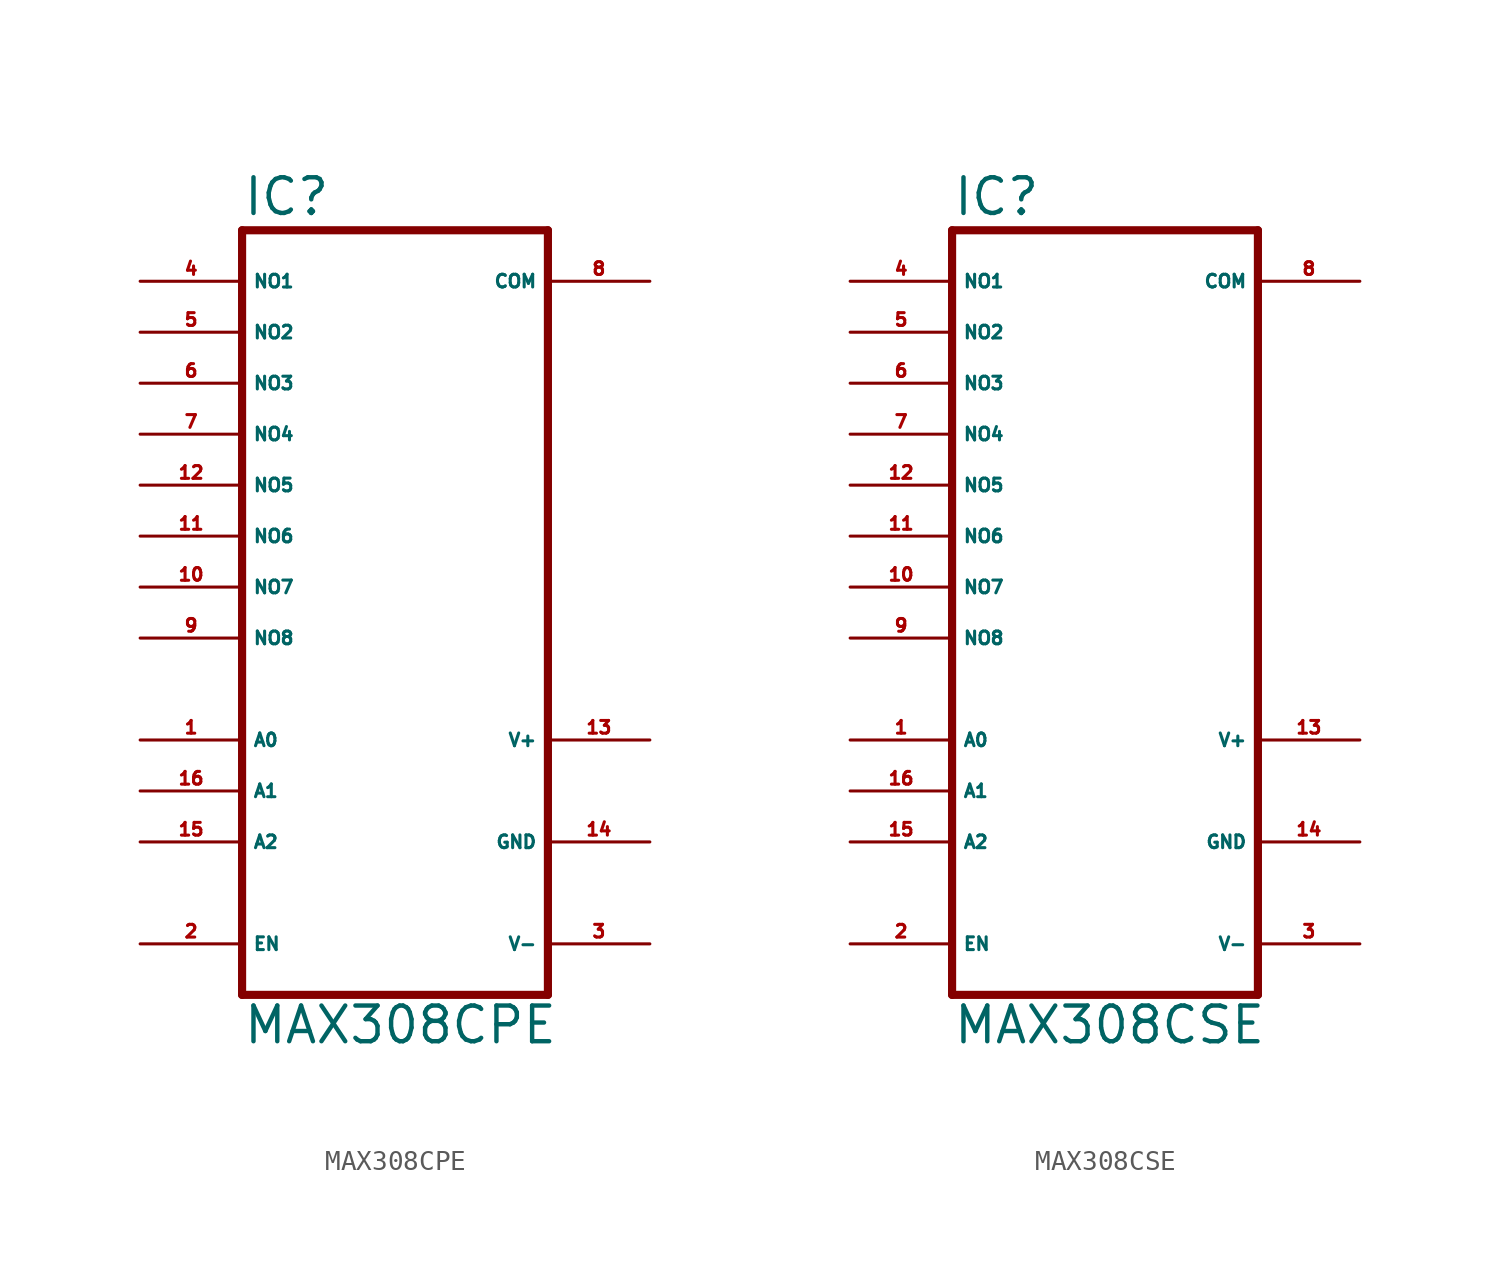
<source format=kicad_sym>
(kicad_symbol_lib
  (version 20220914)
  (generator Eagle2Kicad)
  (symbol "MAX308CPE"
    (property "Reference" "IC"
      (at -7.62 18.415 0)
      (effects (font (size 1.778 1.778) (thickness 0.22)) (justify left bottom)))
    (property "Value" "MAX308CPE"
      (at -7.62 -22.86 0)
      (effects (font (size 1.778 1.778) (thickness 0.22)) (justify left bottom)))
    (polyline
      (pts (xy -7.62 -20.32) (xy 7.62 -20.32))
      (stroke (width 0.406) (type default))
      (fill (type none)))
    (polyline
      (pts (xy 7.62 -20.32) (xy 7.62 17.78))
      (stroke (width 0.406) (type default))
      (fill (type none)))
    (polyline
      (pts (xy 7.62 17.78) (xy -7.62 17.78))
      (stroke (width 0.406) (type default))
      (fill (type none)))
    (polyline
      (pts (xy -7.62 17.78) (xy -7.62 -20.32))
      (stroke (width 0.406) (type default))
      (fill (type none)))
    (pin passive line
      (at -12.7 15.24 0)
      (length 5.08)
      (name "NO1" (effects (font (size 0.635 0.635) (thickness 0.08)) (justify left bottom)))
      (number "4" (effects (font (size 0.635 0.635) (thickness 0.08)) (justify left bottom))))
    (pin passive line
      (at -12.7 12.7 0)
      (length 5.08)
      (name "NO2" (effects (font (size 0.635 0.635) (thickness 0.08)) (justify left bottom)))
      (number "5" (effects (font (size 0.635 0.635) (thickness 0.08)) (justify left bottom))))
    (pin passive line
      (at -12.7 10.16 0)
      (length 5.08)
      (name "NO3" (effects (font (size 0.635 0.635) (thickness 0.08)) (justify left bottom)))
      (number "6" (effects (font (size 0.635 0.635) (thickness 0.08)) (justify left bottom))))
    (pin passive line
      (at -12.7 7.62 0)
      (length 5.08)
      (name "NO4" (effects (font (size 0.635 0.635) (thickness 0.08)) (justify left bottom)))
      (number "7" (effects (font (size 0.635 0.635) (thickness 0.08)) (justify left bottom))))
    (pin passive line
      (at -12.7 2.54 0)
      (length 5.08)
      (name "NO6" (effects (font (size 0.635 0.635) (thickness 0.08)) (justify left bottom)))
      (number "11" (effects (font (size 0.635 0.635) (thickness 0.08)) (justify left bottom))))
    (pin passive line
      (at -12.7 0 0)
      (length 5.08)
      (name "NO7" (effects (font (size 0.635 0.635) (thickness 0.08)) (justify left bottom)))
      (number "10" (effects (font (size 0.635 0.635) (thickness 0.08)) (justify left bottom))))
    (pin passive line
      (at -12.7 -2.54 0)
      (length 5.08)
      (name "NO8" (effects (font (size 0.635 0.635) (thickness 0.08)) (justify left bottom)))
      (number "9" (effects (font (size 0.635 0.635) (thickness 0.08)) (justify left bottom))))
    (pin passive line
      (at -12.7 5.08 0)
      (length 5.08)
      (name "NO5" (effects (font (size 0.635 0.635) (thickness 0.08)) (justify left bottom)))
      (number "12" (effects (font (size 0.635 0.635) (thickness 0.08)) (justify left bottom))))
    (pin input line
      (at -12.7 -7.62 0)
      (length 5.08)
      (name "A0" (effects (font (size 0.635 0.635) (thickness 0.08)) (justify left bottom)))
      (number "1" (effects (font (size 0.635 0.635) (thickness 0.08)) (justify left bottom))))
    (pin input line
      (at -12.7 -10.16 0)
      (length 5.08)
      (name "A1" (effects (font (size 0.635 0.635) (thickness 0.08)) (justify left bottom)))
      (number "16" (effects (font (size 0.635 0.635) (thickness 0.08)) (justify left bottom))))
    (pin input line
      (at -12.7 -12.7 0)
      (length 5.08)
      (name "A2" (effects (font (size 0.635 0.635) (thickness 0.08)) (justify left bottom)))
      (number "15" (effects (font (size 0.635 0.635) (thickness 0.08)) (justify left bottom))))
    (pin input line
      (at -12.7 -17.78 0)
      (length 5.08)
      (name "EN" (effects (font (size 0.635 0.635) (thickness 0.08)) (justify left bottom)))
      (number "2" (effects (font (size 0.635 0.635) (thickness 0.08)) (justify left bottom))))
    (pin passive line
      (at 12.7 15.24 180)
      (length 5.08)
      (name "COM" (effects (font (size 0.635 0.635) (thickness 0.08)) (justify left bottom)))
      (number "8" (effects (font (size 0.635 0.635) (thickness 0.08)) (justify left bottom))))
    (pin unspecified line
      (at 12.7 -17.78 180)
      (length 5.08)
      (name "V-" (effects (font (size 0.635 0.635) (thickness 0.08)) (justify left bottom)))
      (number "3" (effects (font (size 0.635 0.635) (thickness 0.08)) (justify left bottom))))
    (pin unspecified line
      (at 12.7 -12.7 180)
      (length 5.08)
      (name "GND" (effects (font (size 0.635 0.635) (thickness 0.08)) (justify left bottom)))
      (number "14" (effects (font (size 0.635 0.635) (thickness 0.08)) (justify left bottom))))
    (pin unspecified line
      (at 12.7 -7.62 180)
      (length 5.08)
      (name "V+" (effects (font (size 0.635 0.635) (thickness 0.08)) (justify left bottom)))
      (number "13" (effects (font (size 0.635 0.635) (thickness 0.08)) (justify left bottom)))))
  (symbol "MAX308CSE"
    (property "Reference" "IC"
      (at -7.62 18.415 0)
      (effects (font (size 1.778 1.778) (thickness 0.22)) (justify left bottom)))
    (property "Value" "MAX308CSE"
      (at -7.62 -22.86 0)
      (effects (font (size 1.778 1.778) (thickness 0.22)) (justify left bottom)))
    (polyline
      (pts (xy -7.62 -20.32) (xy 7.62 -20.32))
      (stroke (width 0.406) (type default))
      (fill (type none)))
    (polyline
      (pts (xy 7.62 -20.32) (xy 7.62 17.78))
      (stroke (width 0.406) (type default))
      (fill (type none)))
    (polyline
      (pts (xy 7.62 17.78) (xy -7.62 17.78))
      (stroke (width 0.406) (type default))
      (fill (type none)))
    (polyline
      (pts (xy -7.62 17.78) (xy -7.62 -20.32))
      (stroke (width 0.406) (type default))
      (fill (type none)))
    (pin passive line
      (at -12.7 15.24 0)
      (length 5.08)
      (name "NO1" (effects (font (size 0.635 0.635) (thickness 0.08)) (justify left bottom)))
      (number "4" (effects (font (size 0.635 0.635) (thickness 0.08)) (justify left bottom))))
    (pin passive line
      (at -12.7 12.7 0)
      (length 5.08)
      (name "NO2" (effects (font (size 0.635 0.635) (thickness 0.08)) (justify left bottom)))
      (number "5" (effects (font (size 0.635 0.635) (thickness 0.08)) (justify left bottom))))
    (pin passive line
      (at -12.7 10.16 0)
      (length 5.08)
      (name "NO3" (effects (font (size 0.635 0.635) (thickness 0.08)) (justify left bottom)))
      (number "6" (effects (font (size 0.635 0.635) (thickness 0.08)) (justify left bottom))))
    (pin passive line
      (at -12.7 7.62 0)
      (length 5.08)
      (name "NO4" (effects (font (size 0.635 0.635) (thickness 0.08)) (justify left bottom)))
      (number "7" (effects (font (size 0.635 0.635) (thickness 0.08)) (justify left bottom))))
    (pin passive line
      (at -12.7 2.54 0)
      (length 5.08)
      (name "NO6" (effects (font (size 0.635 0.635) (thickness 0.08)) (justify left bottom)))
      (number "11" (effects (font (size 0.635 0.635) (thickness 0.08)) (justify left bottom))))
    (pin passive line
      (at -12.7 0 0)
      (length 5.08)
      (name "NO7" (effects (font (size 0.635 0.635) (thickness 0.08)) (justify left bottom)))
      (number "10" (effects (font (size 0.635 0.635) (thickness 0.08)) (justify left bottom))))
    (pin passive line
      (at -12.7 -2.54 0)
      (length 5.08)
      (name "NO8" (effects (font (size 0.635 0.635) (thickness 0.08)) (justify left bottom)))
      (number "9" (effects (font (size 0.635 0.635) (thickness 0.08)) (justify left bottom))))
    (pin passive line
      (at -12.7 5.08 0)
      (length 5.08)
      (name "NO5" (effects (font (size 0.635 0.635) (thickness 0.08)) (justify left bottom)))
      (number "12" (effects (font (size 0.635 0.635) (thickness 0.08)) (justify left bottom))))
    (pin input line
      (at -12.7 -7.62 0)
      (length 5.08)
      (name "A0" (effects (font (size 0.635 0.635) (thickness 0.08)) (justify left bottom)))
      (number "1" (effects (font (size 0.635 0.635) (thickness 0.08)) (justify left bottom))))
    (pin input line
      (at -12.7 -10.16 0)
      (length 5.08)
      (name "A1" (effects (font (size 0.635 0.635) (thickness 0.08)) (justify left bottom)))
      (number "16" (effects (font (size 0.635 0.635) (thickness 0.08)) (justify left bottom))))
    (pin input line
      (at -12.7 -12.7 0)
      (length 5.08)
      (name "A2" (effects (font (size 0.635 0.635) (thickness 0.08)) (justify left bottom)))
      (number "15" (effects (font (size 0.635 0.635) (thickness 0.08)) (justify left bottom))))
    (pin input line
      (at -12.7 -17.78 0)
      (length 5.08)
      (name "EN" (effects (font (size 0.635 0.635) (thickness 0.08)) (justify left bottom)))
      (number "2" (effects (font (size 0.635 0.635) (thickness 0.08)) (justify left bottom))))
    (pin passive line
      (at 12.7 15.24 180)
      (length 5.08)
      (name "COM" (effects (font (size 0.635 0.635) (thickness 0.08)) (justify left bottom)))
      (number "8" (effects (font (size 0.635 0.635) (thickness 0.08)) (justify left bottom))))
    (pin unspecified line
      (at 12.7 -17.78 180)
      (length 5.08)
      (name "V-" (effects (font (size 0.635 0.635) (thickness 0.08)) (justify left bottom)))
      (number "3" (effects (font (size 0.635 0.635) (thickness 0.08)) (justify left bottom))))
    (pin unspecified line
      (at 12.7 -12.7 180)
      (length 5.08)
      (name "GND" (effects (font (size 0.635 0.635) (thickness 0.08)) (justify left bottom)))
      (number "14" (effects (font (size 0.635 0.635) (thickness 0.08)) (justify left bottom))))
    (pin unspecified line
      (at 12.7 -7.62 180)
      (length 5.08)
      (name "V+" (effects (font (size 0.635 0.635) (thickness 0.08)) (justify left bottom)))
      (number "13" (effects (font (size 0.635 0.635) (thickness 0.08)) (justify left bottom))))))
</source>
